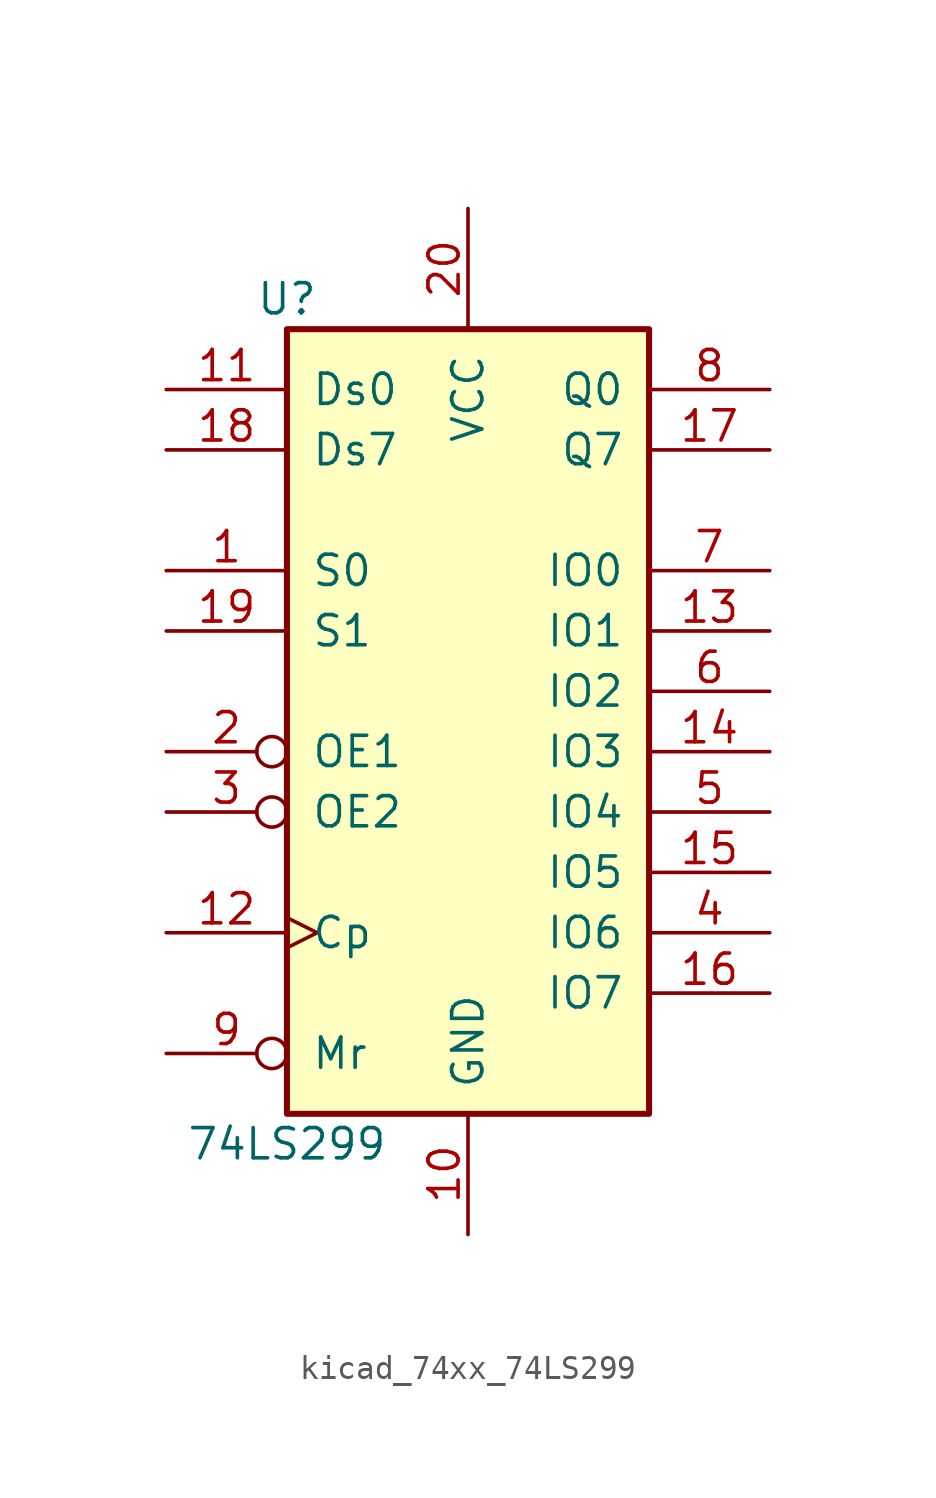
<source format=kicad_sym>
(kicad_symbol_lib
  (version 20220914)
  (generator kicad_symbol_editor)
  (symbol "kicad_74xx_74LS299"
    (pin_names
      (offset 1.016))
    (property "Reference" "U"
      (at -7.62 16.51 0)
      (effects (font (size 1.27 1.27))))
    (property "Value" "74LS299"
      (at -7.62 -19.05 0)
      (effects (font (size 1.27 1.27))))
    (property "ki_locked" ""
      (at 0 0 0)
      (effects (font (size 1.27 1.27))))
    (symbol "kicad_74xx_74LS299_1_0"
      (pin input line (at -12.7 5.08 0) (length 5.08) (name "S0" (effects (font (size 1.27 1.27)))) (number "1" (effects (font (size 1.27 1.27)))))
      (pin power_in line (at 0 -22.86 90) (length 5.08) (name "GND" (effects (font (size 1.27 1.27)))) (number "10" (effects (font (size 1.27 1.27)))))
      (pin input line (at -12.7 12.7 0) (length 5.08) (name "Ds0" (effects (font (size 1.27 1.27)))) (number "11" (effects (font (size 1.27 1.27)))))
      (pin input clock (at -12.7 -10.16 0) (length 5.08) (name "Cp" (effects (font (size 1.27 1.27)))) (number "12" (effects (font (size 1.27 1.27)))))
      (pin tri_state line (at 12.7 2.54 180) (length 5.08) (name "IO1" (effects (font (size 1.27 1.27)))) (number "13" (effects (font (size 1.27 1.27)))))
      (pin tri_state line (at 12.7 -2.54 180) (length 5.08) (name "IO3" (effects (font (size 1.27 1.27)))) (number "14" (effects (font (size 1.27 1.27)))))
      (pin tri_state line (at 12.7 -7.62 180) (length 5.08) (name "IO5" (effects (font (size 1.27 1.27)))) (number "15" (effects (font (size 1.27 1.27)))))
      (pin tri_state line (at 12.7 -12.7 180) (length 5.08) (name "IO7" (effects (font (size 1.27 1.27)))) (number "16" (effects (font (size 1.27 1.27)))))
      (pin output line (at 12.7 10.16 180) (length 5.08) (name "Q7" (effects (font (size 1.27 1.27)))) (number "17" (effects (font (size 1.27 1.27)))))
      (pin input line (at -12.7 10.16 0) (length 5.08) (name "Ds7" (effects (font (size 1.27 1.27)))) (number "18" (effects (font (size 1.27 1.27)))))
      (pin input line (at -12.7 2.54 0) (length 5.08) (name "S1" (effects (font (size 1.27 1.27)))) (number "19" (effects (font (size 1.27 1.27)))))
      (pin input inverted (at -12.7 -2.54 0) (length 5.08) (name "OE1" (effects (font (size 1.27 1.27)))) (number "2" (effects (font (size 1.27 1.27)))))
      (pin power_in line (at 0 20.32 270) (length 5.08) (name "VCC" (effects (font (size 1.27 1.27)))) (number "20" (effects (font (size 1.27 1.27)))))
      (pin input inverted (at -12.7 -5.08 0) (length 5.08) (name "OE2" (effects (font (size 1.27 1.27)))) (number "3" (effects (font (size 1.27 1.27)))))
      (pin tri_state line (at 12.7 -10.16 180) (length 5.08) (name "IO6" (effects (font (size 1.27 1.27)))) (number "4" (effects (font (size 1.27 1.27)))))
      (pin tri_state line (at 12.7 -5.08 180) (length 5.08) (name "IO4" (effects (font (size 1.27 1.27)))) (number "5" (effects (font (size 1.27 1.27)))))
      (pin tri_state line (at 12.7 0 180) (length 5.08) (name "IO2" (effects (font (size 1.27 1.27)))) (number "6" (effects (font (size 1.27 1.27)))))
      (pin tri_state line (at 12.7 5.08 180) (length 5.08) (name "IO0" (effects (font (size 1.27 1.27)))) (number "7" (effects (font (size 1.27 1.27)))))
      (pin output line (at 12.7 12.7 180) (length 5.08) (name "Q0" (effects (font (size 1.27 1.27)))) (number "8" (effects (font (size 1.27 1.27)))))
      (pin input inverted (at -12.7 -15.24 0) (length 5.08) (name "Mr" (effects (font (size 1.27 1.27)))) (number "9" (effects (font (size 1.27 1.27))))))
    (symbol "kicad_74xx_74LS299_1_1"
      (rectangle (start -7.62 15.24) (end 7.62 -17.78) (stroke (width 0.254) (type default)) (fill (type background))))))
</source>
